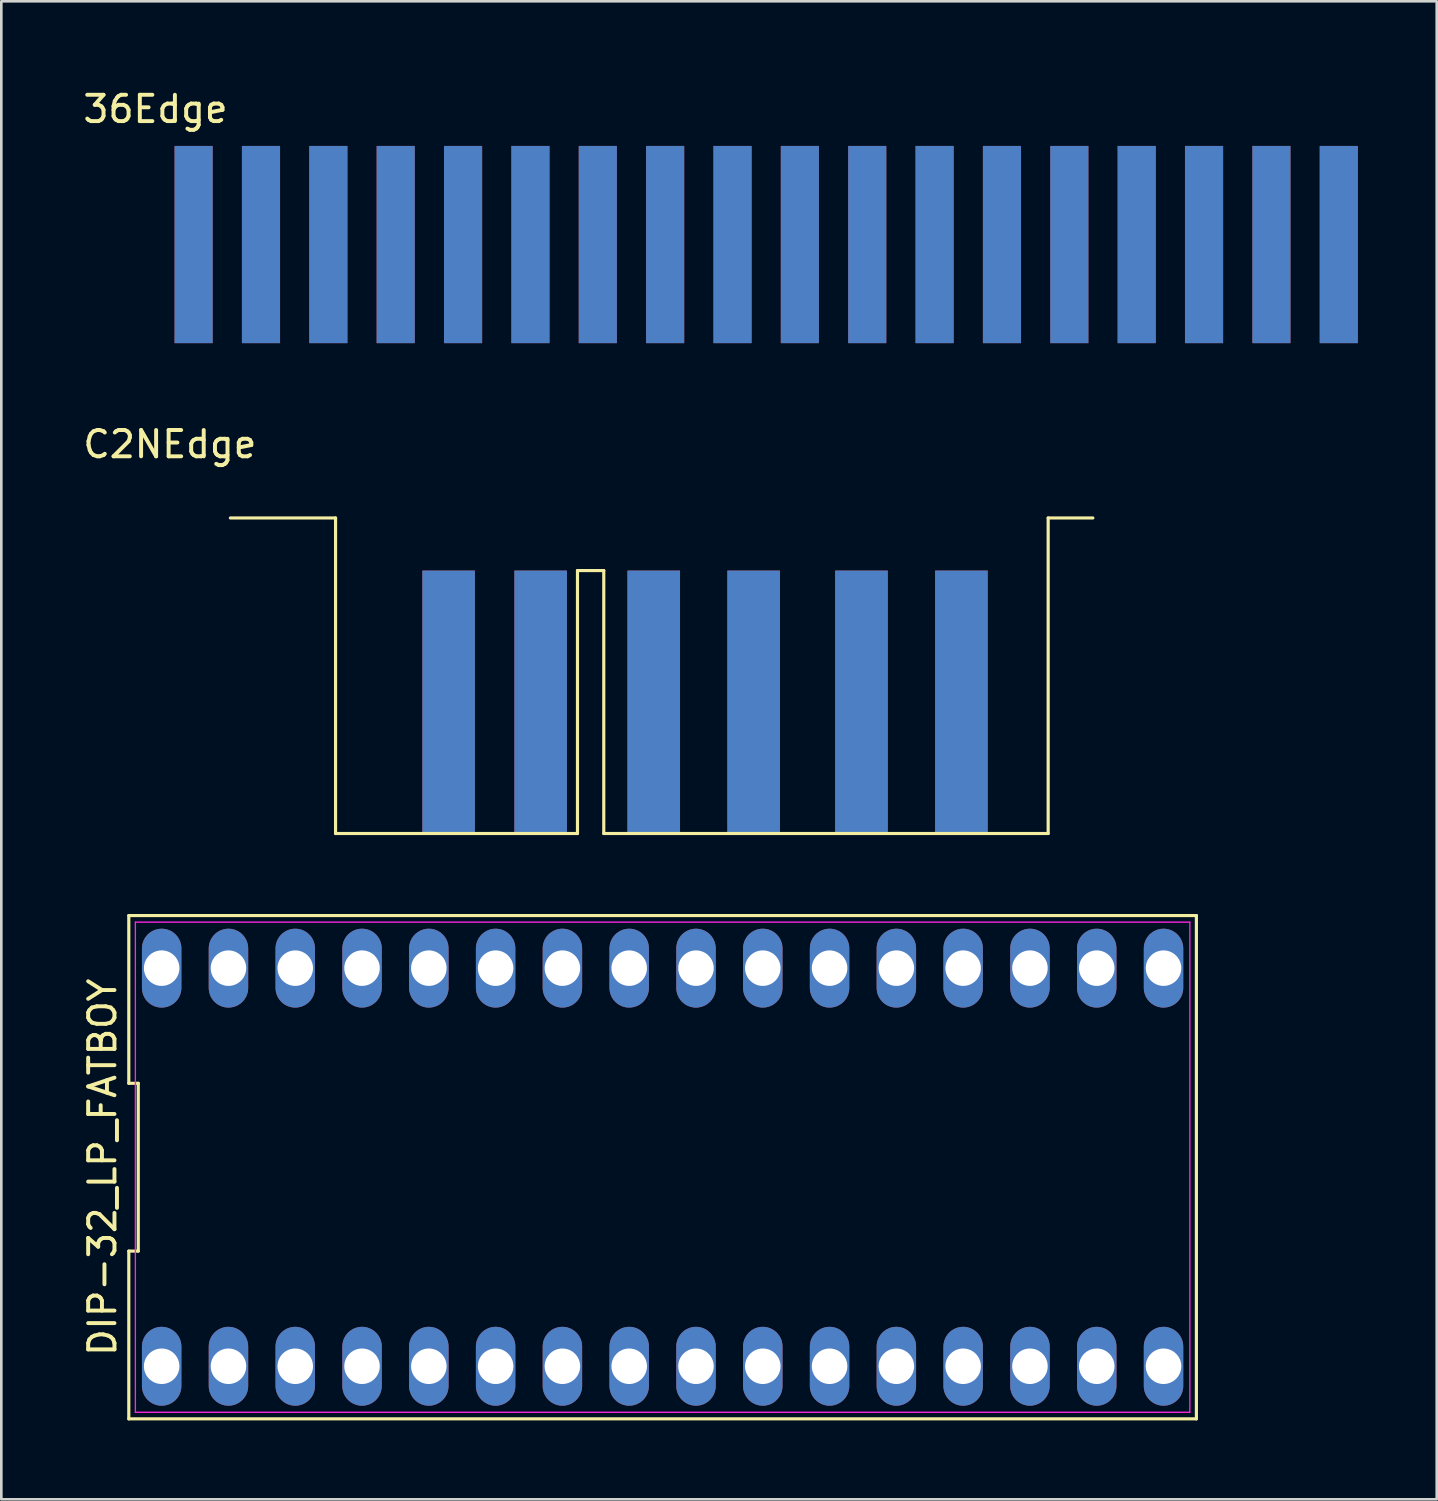
<source format=kicad_pcb>
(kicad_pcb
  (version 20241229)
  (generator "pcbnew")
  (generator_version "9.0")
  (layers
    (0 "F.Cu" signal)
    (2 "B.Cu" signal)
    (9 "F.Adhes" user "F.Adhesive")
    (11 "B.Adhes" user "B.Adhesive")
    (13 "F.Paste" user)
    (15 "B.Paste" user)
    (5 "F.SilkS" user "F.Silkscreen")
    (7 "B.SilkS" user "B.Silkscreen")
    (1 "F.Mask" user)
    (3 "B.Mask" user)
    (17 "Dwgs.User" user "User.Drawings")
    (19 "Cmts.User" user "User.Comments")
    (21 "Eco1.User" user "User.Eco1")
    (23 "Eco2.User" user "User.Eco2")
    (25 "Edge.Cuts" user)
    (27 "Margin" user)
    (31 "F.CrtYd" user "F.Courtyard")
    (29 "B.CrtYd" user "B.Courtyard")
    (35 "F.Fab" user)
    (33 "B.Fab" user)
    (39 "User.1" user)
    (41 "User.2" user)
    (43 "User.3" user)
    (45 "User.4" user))
  (footprint "C2NEdge"
    (layer "F.Cu")
    (at 9.711 16.648)
    (property "Reference" "C2NEdge" (at -6.3 -2.8 0) (layer "F.SilkS") (effects (font (size 1 1) (thickness 0.15))))
    (attr through_hole)
    (fp_line (start -4 0) (end 0 0) (stroke (width 0.12) (type solid)) (layer "F.SilkS"))
    (fp_line (start 0 0) (end 0 12) (stroke (width 0.12) (type solid)) (layer "F.SilkS"))
    (fp_line (start 0 12) (end 9.2 12) (stroke (width 0.12) (type solid)) (layer "F.SilkS"))
    (fp_line (start 9.2 2) (end 9.2 12) (stroke (width 0.12) (type solid)) (layer "F.SilkS"))
    (fp_line (start 9.2 2) (end 10.2 2) (stroke (width 0.12) (type solid)) (layer "F.SilkS"))
    (fp_line (start 10.2 2) (end 10.2 12) (stroke (width 0.12) (type solid)) (layer "F.SilkS"))
    (fp_line (start 10.2 12) (end 27.1 12) (stroke (width 0.12) (type solid)) (layer "F.SilkS"))
    (fp_line (start 27.1 0) (end 28.8 0) (stroke (width 0.12) (type solid)) (layer "F.SilkS"))
    (fp_line (start 27.1 12) (end 27.1 0) (stroke (width 0.12) (type solid)) (layer "F.SilkS"))
    (pad "1" connect rect (at 4.3 7) (size 2 10) (layers "F.Cu" "F.Mask"))
    (pad "2" connect rect (at 7.8 7) (size 2 10) (layers "F.Cu" "F.Mask"))
    (pad "3" connect rect (at 12.1 7) (size 2 10) (layers "F.Cu" "F.Mask"))
    (pad "4" connect rect (at 15.9 7) (size 2 10) (layers "F.Cu" "F.Mask"))
    (pad "5" connect rect (at 20 7) (size 2 10) (layers "F.Cu" "F.Mask"))
    (pad "6" connect rect (at 23.8 7) (size 2 10) (layers "F.Cu" "F.Mask"))
    (pad "A" connect rect (at 4.3 7) (size 2 10) (layers "B.Cu" "B.Mask"))
    (pad "B" connect rect (at 7.8 7) (size 2 10) (layers "B.Cu" "B.Mask"))
    (pad "C" connect rect (at 12.1 7) (size 2 10) (layers "B.Cu" "B.Mask"))
    (pad "D" connect rect (at 15.9 7) (size 2 10) (layers "B.Cu" "B.Mask"))
    (pad "E" connect rect (at 20 7) (size 2 10) (layers "B.Cu" "B.Mask"))
    (pad "F" connect rect (at 23.8 7) (size 2 10) (layers "B.Cu" "B.Mask")))
  (footprint "36Edge"
    (layer "F.Cu")
    (at 4.313 0.25)
    (property "Reference" "36Edge" (at -1.45 0.85 0) (layer "F.SilkS") (effects (font (size 1 1) (thickness 0.15))))
    (attr through_hole)
    (pad "1" connect rect (at 0 6) (size 1.45 7.5) (layers "F.Cu" "F.Mask"))
    (pad "2" connect rect (at 0 6) (size 1.45 7.5) (layers "B.Cu" "B.Mask"))
    (pad "3" connect rect (at 2.562 6) (size 1.45 7.5) (layers "F.Cu" "F.Mask"))
    (pad "4" connect rect (at 2.562 6) (size 1.45 7.5) (layers "B.Cu" "B.Mask"))
    (pad "5" connect rect (at 5.124 6) (size 1.45 7.5) (layers "F.Cu" "F.Mask"))
    (pad "6" connect rect (at 5.124 6) (size 1.45 7.5) (layers "B.Cu" "B.Mask"))
    (pad "7" connect rect (at 7.685 6) (size 1.45 7.5) (layers "F.Cu" "F.Mask"))
    (pad "8" connect rect (at 7.685 6) (size 1.45 7.5) (layers "B.Cu" "B.Mask"))
    (pad "9" connect rect (at 10.247 6) (size 1.45 7.5) (layers "F.Cu" "F.Mask"))
    (pad "10" connect rect (at 10.247 6) (size 1.45 7.5) (layers "B.Cu" "B.Mask"))
    (pad "11" connect rect (at 12.809 6) (size 1.45 7.5) (layers "F.Cu" "F.Mask"))
    (pad "12" connect rect (at 12.809 6) (size 1.45 7.5) (layers "B.Cu" "B.Mask"))
    (pad "13" connect rect (at 15.371 6) (size 1.45 7.5) (layers "F.Cu" "F.Mask"))
    (pad "14" connect rect (at 15.371 6) (size 1.45 7.5) (layers "B.Cu" "B.Mask"))
    (pad "15" connect rect (at 17.932 6) (size 1.45 7.5) (layers "F.Cu" "F.Mask"))
    (pad "16" connect rect (at 17.932 6) (size 1.45 7.5) (layers "B.Cu" "B.Mask"))
    (pad "17" connect rect (at 20.494 6) (size 1.45 7.5) (layers "F.Cu" "F.Mask"))
    (pad "18" connect rect (at 20.494 6) (size 1.45 7.5) (layers "B.Cu" "B.Mask"))
    (pad "19" connect rect (at 23.056 6) (size 1.45 7.5) (layers "F.Cu" "F.Mask"))
    (pad "20" connect rect (at 23.056 6) (size 1.45 7.5) (layers "B.Cu" "B.Mask"))
    (pad "21" connect rect (at 25.618 6) (size 1.45 7.5) (layers "F.Cu" "F.Mask"))
    (pad "22" connect rect (at 25.618 6) (size 1.45 7.5) (layers "B.Cu" "B.Mask"))
    (pad "23" connect rect (at 28.179 6) (size 1.45 7.5) (layers "F.Cu" "F.Mask"))
    (pad "24" connect rect (at 28.179 6) (size 1.45 7.5) (layers "B.Cu" "B.Mask"))
    (pad "25" connect rect (at 30.741 6) (size 1.45 7.5) (layers "F.Cu" "F.Mask"))
    (pad "26" connect rect (at 30.741 6) (size 1.45 7.5) (layers "B.Cu" "B.Mask"))
    (pad "27" connect rect (at 33.303 6) (size 1.45 7.5) (layers "F.Cu" "F.Mask"))
    (pad "28" connect rect (at 33.303 6) (size 1.45 7.5) (layers "B.Cu" "B.Mask"))
    (pad "29" connect rect (at 35.865 6) (size 1.45 7.5) (layers "F.Cu" "F.Mask"))
    (pad "30" connect rect (at 35.865 6) (size 1.45 7.5) (layers "B.Cu" "B.Mask"))
    (pad "31" connect rect (at 38.426 6) (size 1.45 7.5) (layers "F.Cu" "F.Mask"))
    (pad "32" connect rect (at 38.426 6) (size 1.45 7.5) (layers "B.Cu" "B.Mask"))
    (pad "33" connect rect (at 40.988 6) (size 1.45 7.5) (layers "F.Cu" "F.Mask"))
    (pad "34" connect rect (at 40.988 6) (size 1.45 7.5) (layers "B.Cu" "B.Mask"))
    (pad "35" connect rect (at 43.55 6) (size 1.45 7.5) (layers "F.Cu" "F.Mask"))
    (pad "36" connect rect (at 43.55 6) (size 1.45 7.5) (layers "B.Cu" "B.Mask")))
  (footprint "DIP-32_LP_FATBOY"
    (layer "F.Cu")
    (at 22.148 41.338)
    (property "Reference" "DIP-32_LP_FATBOY" (at -21.3 0 90) (layer "F.SilkS") (effects (font (size 1 1) (thickness 0.15))))
    (fp_line (start -20.3 -9.57) (end -20.3 -3.19) (stroke (width 0.12) (type solid)) (layer "F.SilkS"))
    (fp_line (start -20.3 -3.19) (end -19.94 -3.19) (stroke (width 0.12) (type solid)) (layer "F.SilkS"))
    (fp_line (start -20.3 3.19) (end -20.3 9.57) (stroke (width 0.12) (type solid)) (layer "F.SilkS"))
    (fp_line (start -20.3 9.57) (end 20.3 9.57) (stroke (width 0.12) (type solid)) (layer "F.SilkS"))
    (fp_line (start -19.94 -3.19) (end -19.94 3.19) (stroke (width 0.12) (type solid)) (layer "F.SilkS"))
    (fp_line (start -19.94 3.19) (end -20.3 3.19) (stroke (width 0.12) (type solid)) (layer "F.SilkS"))
    (fp_line (start 20.3 -9.57) (end -20.3 -9.57) (stroke (width 0.12) (type solid)) (layer "F.SilkS"))
    (fp_line (start 20.3 9.57) (end 20.3 -9.57) (stroke (width 0.12) (type solid)) (layer "F.SilkS"))
    (fp_line (start -20.05 -9.32) (end 20.05 -9.32) (stroke (width 0.05) (type solid)) (layer "F.CrtYd"))
    (fp_line (start -20.05 9.32) (end -20.05 -9.32) (stroke (width 0.05) (type solid)) (layer "F.CrtYd"))
    (fp_line (start 20.05 -9.32) (end 20.05 9.32) (stroke (width 0.05) (type solid)) (layer "F.CrtYd"))
    (fp_line (start 20.05 9.32) (end -20.05 9.32) (stroke (width 0.05) (type solid)) (layer "F.CrtYd"))
    (pad "1" thru_hole oval (at -19.05 7.57) (size 1.5 3) (drill 1.35) (layers "*.Cu" "*.Mask"))
    (pad "2" thru_hole oval (at -16.51 7.57) (size 1.5 3) (drill 1.35) (layers "*.Cu" "*.Mask"))
    (pad "3" thru_hole oval (at -13.97 7.57) (size 1.5 3) (drill 1.35) (layers "*.Cu" "*.Mask"))
    (pad "4" thru_hole oval (at -11.43 7.57) (size 1.5 3) (drill 1.35) (layers "*.Cu" "*.Mask"))
    (pad "5" thru_hole oval (at -8.89 7.57) (size 1.5 3) (drill 1.35) (layers "*.Cu" "*.Mask"))
    (pad "6" thru_hole oval (at -6.35 7.57) (size 1.5 3) (drill 1.35) (layers "*.Cu" "*.Mask"))
    (pad "7" thru_hole oval (at -3.81 7.57) (size 1.5 3) (drill 1.35) (layers "*.Cu" "*.Mask"))
    (pad "8" thru_hole oval (at -1.27 7.57) (size 1.5 3) (drill 1.35) (layers "*.Cu" "*.Mask"))
    (pad "9" thru_hole oval (at 1.27 7.57) (size 1.5 3) (drill 1.35) (layers "*.Cu" "*.Mask"))
    (pad "10" thru_hole oval (at 3.81 7.57) (size 1.5 3) (drill 1.35) (layers "*.Cu" "*.Mask"))
    (pad "11" thru_hole oval (at 6.35 7.57) (size 1.5 3) (drill 1.35) (layers "*.Cu" "*.Mask"))
    (pad "12" thru_hole oval (at 8.89 7.57) (size 1.5 3) (drill 1.35) (layers "*.Cu" "*.Mask"))
    (pad "13" thru_hole oval (at 11.43 7.57) (size 1.5 3) (drill 1.35) (layers "*.Cu" "*.Mask"))
    (pad "14" thru_hole oval (at 13.97 7.57) (size 1.5 3) (drill 1.35) (layers "*.Cu" "*.Mask"))
    (pad "15" thru_hole oval (at 16.51 7.57) (size 1.5 3) (drill 1.35) (layers "*.Cu" "*.Mask"))
    (pad "16" thru_hole oval (at 19.05 7.57) (size 1.5 3) (drill 1.35) (layers "*.Cu" "*.Mask"))
    (pad "17" thru_hole oval (at 19.05 -7.57) (size 1.5 3) (drill 1.35) (layers "*.Cu" "*.Mask"))
    (pad "18" thru_hole oval (at 16.51 -7.57) (size 1.5 3) (drill 1.35) (layers "*.Cu" "*.Mask"))
    (pad "19" thru_hole oval (at 13.97 -7.57) (size 1.5 3) (drill 1.35) (layers "*.Cu" "*.Mask"))
    (pad "20" thru_hole oval (at 11.43 -7.57) (size 1.5 3) (drill 1.35) (layers "*.Cu" "*.Mask"))
    (pad "21" thru_hole oval (at 8.89 -7.57) (size 1.5 3) (drill 1.35) (layers "*.Cu" "*.Mask"))
    (pad "22" thru_hole oval (at 6.35 -7.57) (size 1.5 3) (drill 1.35) (layers "*.Cu" "*.Mask"))
    (pad "23" thru_hole oval (at 3.81 -7.57) (size 1.5 3) (drill 1.35) (layers "*.Cu" "*.Mask"))
    (pad "24" thru_hole oval (at 1.27 -7.57) (size 1.5 3) (drill 1.35) (layers "*.Cu" "*.Mask"))
    (pad "25" thru_hole oval (at -1.27 -7.57) (size 1.5 3) (drill 1.35) (layers "*.Cu" "*.Mask"))
    (pad "26" thru_hole oval (at -3.81 -7.57) (size 1.5 3) (drill 1.35) (layers "*.Cu" "*.Mask"))
    (pad "27" thru_hole oval (at -6.35 -7.57) (size 1.5 3) (drill 1.35) (layers "*.Cu" "*.Mask"))
    (pad "28" thru_hole oval (at -8.89 -7.57) (size 1.5 3) (drill 1.35) (layers "*.Cu" "*.Mask"))
    (pad "29" thru_hole oval (at -11.43 -7.57) (size 1.5 3) (drill 1.35) (layers "*.Cu" "*.Mask"))
    (pad "30" thru_hole oval (at -13.97 -7.57) (size 1.5 3) (drill 1.35) (layers "*.Cu" "*.Mask"))
    (pad "31" thru_hole oval (at -16.51 -7.57) (size 1.5 3) (drill 1.35) (layers "*.Cu" "*.Mask"))
    (pad "32" thru_hole oval (at -19.05 -7.57) (size 1.5 3) (drill 1.35) (layers "*.Cu" "*.Mask")))
  (gr_rect
    (start -3 -3)
    (end 51.588 53.968)
    (stroke (width 0.1) (type default))
    (fill no)
    (layer "Edge.Cuts")))
</source>
